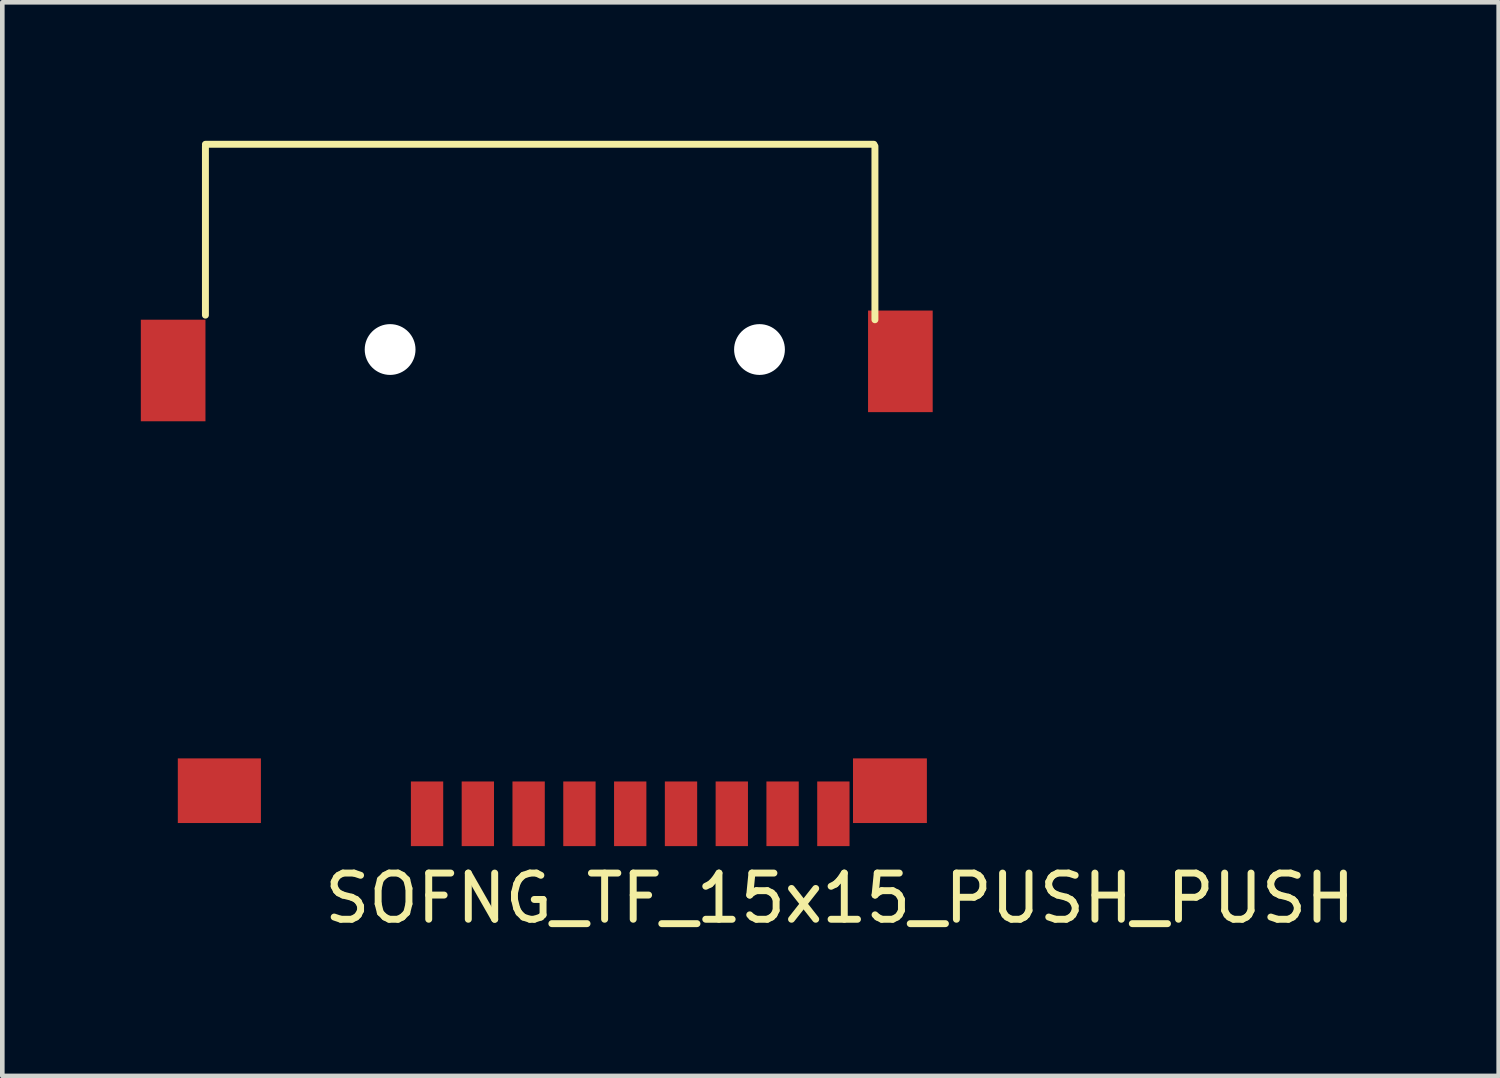
<source format=kicad_pcb>
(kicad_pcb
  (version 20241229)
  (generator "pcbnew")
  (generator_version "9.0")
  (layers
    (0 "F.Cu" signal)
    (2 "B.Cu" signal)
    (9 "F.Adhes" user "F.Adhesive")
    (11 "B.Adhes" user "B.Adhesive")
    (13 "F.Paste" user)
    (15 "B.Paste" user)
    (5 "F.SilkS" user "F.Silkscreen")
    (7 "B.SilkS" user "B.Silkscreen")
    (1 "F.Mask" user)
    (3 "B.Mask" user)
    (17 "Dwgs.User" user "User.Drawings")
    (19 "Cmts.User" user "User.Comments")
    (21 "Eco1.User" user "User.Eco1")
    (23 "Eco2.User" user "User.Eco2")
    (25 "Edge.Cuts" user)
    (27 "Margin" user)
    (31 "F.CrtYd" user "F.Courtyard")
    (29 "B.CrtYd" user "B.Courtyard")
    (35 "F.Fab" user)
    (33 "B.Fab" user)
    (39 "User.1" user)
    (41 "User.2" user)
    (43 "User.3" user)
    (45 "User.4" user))
  (footprint "SOFNG_TF_15x15_PUSH_PUSH"
    (layer "F.Cu")
    (at 6.199 14.575)
    (property "Reference" "SOFNG_TF_15x15_PUSH_PUSH" (at 8.941 1.829 0) (layer "F.SilkS") (effects (font (size 1 1) (thickness 0.15))))
    (attr through_hole)
    (fp_line (start -4.8 -14.458) (end -4.8 -10.8) (stroke (width 0.15) (type solid)) (layer "F.SilkS"))
    (fp_line (start 9.678 -14.5) (end -4.8 -14.5) (stroke (width 0.15) (type solid)) (layer "F.SilkS"))
    (fp_line (start 9.7 -10.7) (end 9.7 -14.459) (stroke (width 0.15) (type solid)) (layer "F.SilkS"))
    (pad "" smd rect (at -5.499 -9.601) (size 1.4 2.2) (layers "F.Cu" "F.Mask" "F.Paste"))
    (pad "" smd rect (at -4.498 -0.5) (size 1.8 1.4) (layers "F.Cu" "F.Mask" "F.Paste"))
    (pad "" np_thru_hole circle (at -0.8 -10.055) (size 1.1 1.1) (drill 1.1) (layers "*.Cu" "*.Mask"))
    (pad "" np_thru_hole circle (at 7.2 -10.055) (size 1.1 1.1) (drill 1.1) (layers "*.Cu" "*.Mask"))
    (pad "" smd rect (at 10.025 -0.5) (size 1.6 1.4) (layers "F.Cu" "F.Mask" "F.Paste"))
    (pad "" smd rect (at 10.251 -9.799) (size 1.4 2.2) (layers "F.Cu" "F.Mask" "F.Paste"))
    (pad "1" smd rect (at 0 0) (size 0.7 1.4) (layers "F.Cu" "F.Mask" "F.Paste"))
    (pad "2" smd rect (at 1.1 0) (size 0.7 1.4) (layers "F.Cu" "F.Mask" "F.Paste"))
    (pad "3" smd rect (at 2.2 0) (size 0.7 1.4) (layers "F.Cu" "F.Mask" "F.Paste"))
    (pad "4" smd rect (at 3.3 0) (size 0.7 1.4) (layers "F.Cu" "F.Mask" "F.Paste"))
    (pad "5" smd rect (at 4.4 0) (size 0.7 1.4) (layers "F.Cu" "F.Mask" "F.Paste"))
    (pad "6" smd rect (at 5.5 0) (size 0.7 1.4) (layers "F.Cu" "F.Mask" "F.Paste"))
    (pad "7" smd rect (at 6.6 0) (size 0.7 1.4) (layers "F.Cu" "F.Mask" "F.Paste"))
    (pad "8" smd rect (at 7.7 0) (size 0.7 1.4) (layers "F.Cu" "F.Mask" "F.Paste"))
    (pad "9" smd rect (at 8.8 0) (size 0.7 1.4) (layers "F.Cu" "F.Mask" "F.Paste")))
  (gr_rect
    (start -3 -3)
    (end 29.408 20.252)
    (stroke (width 0.1) (type default))
    (fill no)
    (layer "Edge.Cuts")))
</source>
